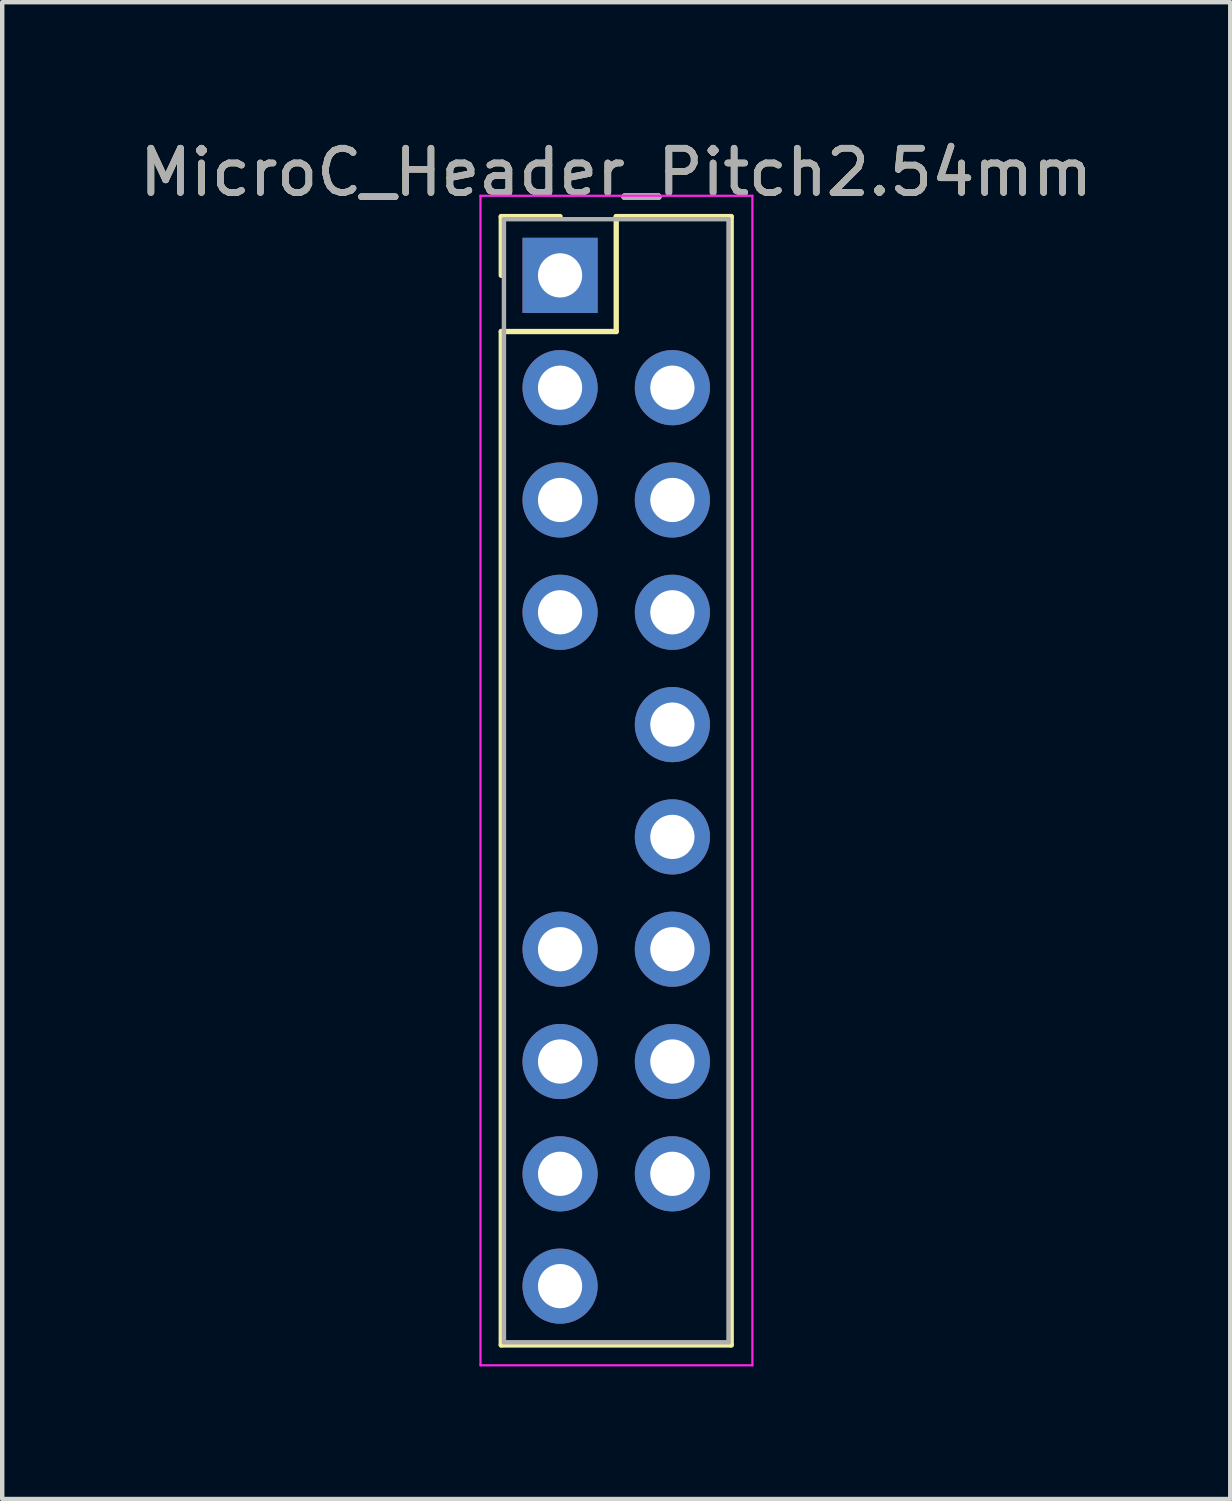
<source format=kicad_pcb>
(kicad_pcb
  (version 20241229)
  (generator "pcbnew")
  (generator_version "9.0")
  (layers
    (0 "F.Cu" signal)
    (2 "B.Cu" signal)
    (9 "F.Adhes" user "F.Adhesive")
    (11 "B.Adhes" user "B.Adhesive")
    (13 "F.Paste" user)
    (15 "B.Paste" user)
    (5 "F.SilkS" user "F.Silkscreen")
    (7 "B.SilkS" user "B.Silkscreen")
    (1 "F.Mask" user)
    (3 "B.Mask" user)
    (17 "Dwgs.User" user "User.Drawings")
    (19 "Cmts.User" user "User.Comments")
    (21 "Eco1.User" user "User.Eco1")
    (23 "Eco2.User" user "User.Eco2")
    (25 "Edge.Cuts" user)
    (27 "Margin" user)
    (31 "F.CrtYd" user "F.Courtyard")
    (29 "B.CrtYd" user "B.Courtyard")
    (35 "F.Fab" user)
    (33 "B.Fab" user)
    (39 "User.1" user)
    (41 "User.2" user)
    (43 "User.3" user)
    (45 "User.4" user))
  (footprint "MicroC_Header_Pitch2.54mm"
    (layer "F.Cu")
    (at 9.617 3.178)
    (property "Reference" "MicroC_Header_Pitch2.54mm" (at 1.27 -2.33 0) (layer "F.SilkS") (effects (font (size 1 1) (thickness 0.15))))
    (attr through_hole)
    (fp_line (start -1.33 -1.33) (end 0 -1.33) (stroke (width 0.12) (type solid)) (layer "F.SilkS"))
    (fp_line (start -1.33 0) (end -1.33 -1.33) (stroke (width 0.12) (type solid)) (layer "F.SilkS"))
    (fp_line (start -1.33 1.27) (end -1.33 24.19) (stroke (width 0.12) (type solid)) (layer "F.SilkS"))
    (fp_line (start -1.33 24.19) (end 3.87 24.19) (stroke (width 0.12) (type solid)) (layer "F.SilkS"))
    (fp_line (start 1.27 -1.33) (end 1.27 1.27) (stroke (width 0.12) (type solid)) (layer "F.SilkS"))
    (fp_line (start 1.27 1.27) (end -1.33 1.27) (stroke (width 0.12) (type solid)) (layer "F.SilkS"))
    (fp_line (start 3.87 -1.33) (end 1.27 -1.33) (stroke (width 0.12) (type solid)) (layer "F.SilkS"))
    (fp_line (start 3.87 24.19) (end 3.87 -1.33) (stroke (width 0.12) (type solid)) (layer "F.SilkS"))
    (fp_line (start -1.8 -1.8) (end -1.8 24.65) (stroke (width 0.05) (type solid)) (layer "F.CrtYd"))
    (fp_line (start -1.8 24.65) (end 4.35 24.65) (stroke (width 0.05) (type solid)) (layer "F.CrtYd"))
    (fp_line (start 4.35 -1.8) (end -1.8 -1.8) (stroke (width 0.05) (type solid)) (layer "F.CrtYd"))
    (fp_line (start 4.35 24.65) (end 4.35 -1.8) (stroke (width 0.05) (type solid)) (layer "F.CrtYd"))
    (fp_line (start -1.27 -1.27) (end -1.27 24.13) (stroke (width 0.1) (type solid)) (layer "F.Fab"))
    (fp_line (start -1.27 24.13) (end 3.81 24.13) (stroke (width 0.1) (type solid)) (layer "F.Fab"))
    (fp_line (start 3.81 -1.27) (end -1.27 -1.27) (stroke (width 0.1) (type solid)) (layer "F.Fab"))
    (fp_line (start 3.81 24.13) (end 3.81 -1.27) (stroke (width 0.1) (type solid)) (layer "F.Fab"))
    (fp_text user "${REFERENCE}" (at 1.27 -2.33 0) (layer "F.Fab") (effects (font (size 1 1) (thickness 0.15))))
    (pad "1" thru_hole rect (at 0 0) (size 1.7 1.7) (drill 1) (layers "*.Cu" "*.Mask"))
    (pad "3" thru_hole oval (at 0 2.54) (size 1.7 1.7) (drill 1) (layers "*.Cu" "*.Mask"))
    (pad "4" thru_hole oval (at 2.54 2.54) (size 1.7 1.7) (drill 1) (layers "*.Cu" "*.Mask"))
    (pad "5" thru_hole oval (at 0 5.08) (size 1.7 1.7) (drill 1) (layers "*.Cu" "*.Mask"))
    (pad "6" thru_hole oval (at 2.54 5.08) (size 1.7 1.7) (drill 1) (layers "*.Cu" "*.Mask"))
    (pad "7" thru_hole oval (at 0 7.62) (size 1.7 1.7) (drill 1) (layers "*.Cu" "*.Mask"))
    (pad "8" thru_hole oval (at 2.54 7.62) (size 1.7 1.7) (drill 1) (layers "*.Cu" "*.Mask"))
    (pad "10" thru_hole oval (at 2.54 10.16) (size 1.7 1.7) (drill 1) (layers "*.Cu" "*.Mask"))
    (pad "12" thru_hole oval (at 2.54 12.7) (size 1.7 1.7) (drill 1) (layers "*.Cu" "*.Mask"))
    (pad "13" thru_hole oval (at 0 15.24) (size 1.7 1.7) (drill 1) (layers "*.Cu" "*.Mask"))
    (pad "14" thru_hole oval (at 2.54 15.24) (size 1.7 1.7) (drill 1) (layers "*.Cu" "*.Mask"))
    (pad "15" thru_hole oval (at 0 17.78) (size 1.7 1.7) (drill 1) (layers "*.Cu" "*.Mask"))
    (pad "16" thru_hole oval (at 2.54 17.78) (size 1.7 1.7) (drill 1) (layers "*.Cu" "*.Mask"))
    (pad "17" thru_hole oval (at 0 20.32) (size 1.7 1.7) (drill 1) (layers "*.Cu" "*.Mask"))
    (pad "18" thru_hole oval (at 2.54 20.32) (size 1.7 1.7) (drill 1) (layers "*.Cu" "*.Mask"))
    (pad "19" thru_hole oval (at 0 22.86) (size 1.7 1.7) (drill 1) (layers "*.Cu" "*.Mask")))
  (gr_rect
    (start -3 -3)
    (end 24.774 30.853)
    (stroke (width 0.1) (type default))
    (fill no)
    (layer "Edge.Cuts")))
</source>
